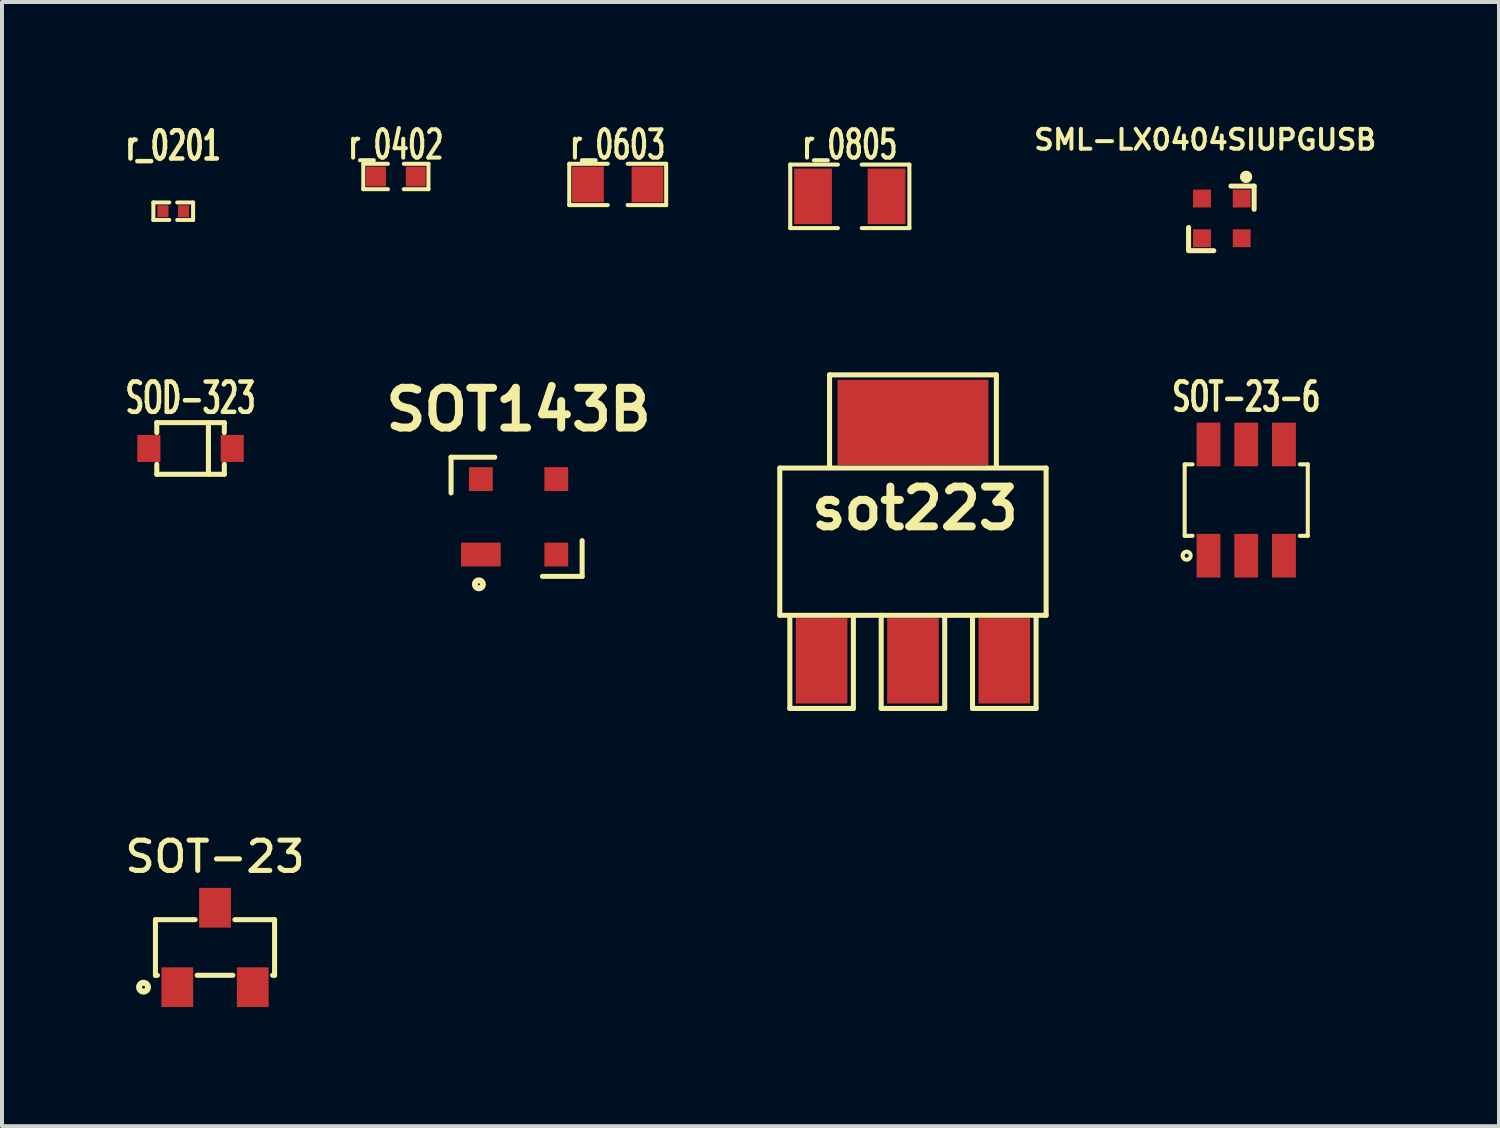
<source format=kicad_pcb>
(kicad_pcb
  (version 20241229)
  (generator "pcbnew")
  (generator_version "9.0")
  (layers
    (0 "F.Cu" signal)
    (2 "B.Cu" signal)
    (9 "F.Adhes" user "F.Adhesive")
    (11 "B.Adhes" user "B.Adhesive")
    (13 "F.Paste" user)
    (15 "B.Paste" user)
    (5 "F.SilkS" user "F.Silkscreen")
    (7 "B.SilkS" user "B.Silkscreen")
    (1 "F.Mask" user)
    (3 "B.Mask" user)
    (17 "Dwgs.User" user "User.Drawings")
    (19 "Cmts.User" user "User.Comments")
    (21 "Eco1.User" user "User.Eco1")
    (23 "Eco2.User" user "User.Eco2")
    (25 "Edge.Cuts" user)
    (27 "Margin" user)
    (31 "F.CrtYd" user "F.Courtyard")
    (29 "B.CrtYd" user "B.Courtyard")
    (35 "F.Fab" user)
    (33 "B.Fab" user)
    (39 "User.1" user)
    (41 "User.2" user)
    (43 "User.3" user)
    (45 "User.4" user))
  (footprint "SOT-23"
    (placed yes)
    (layer "F.Cu")
    (at 2.364 20.807)
    (property "Reference" "SOT-23" (at 0 -2.286 0) (layer "F.SilkS") (effects (font (size 0.762 0.762) (thickness 0.127))))
    (attr through_hole)
    (fp_line (start -1.5 -0.7) (end -0.5 -0.7) (stroke (width 0.127) (type solid)) (layer "F.SilkS"))
    (fp_line (start -1.5 0.7) (end -1.5 -0.7) (stroke (width 0.127) (type solid)) (layer "F.SilkS"))
    (fp_line (start -1.5 0.7) (end -1.45 0.7) (stroke (width 0.127) (type solid)) (layer "F.SilkS"))
    (fp_line (start -0.45 0.7) (end 0.45 0.7) (stroke (width 0.127) (type solid)) (layer "F.SilkS"))
    (fp_line (start 0.5 -0.7) (end 1.5 -0.7) (stroke (width 0.127) (type solid)) (layer "F.SilkS"))
    (fp_line (start 1.5 -0.7) (end 1.5 0.7) (stroke (width 0.127) (type solid)) (layer "F.SilkS"))
    (fp_line (start 1.5 0.7) (end 1.45 0.7) (stroke (width 0.127) (type solid)) (layer "F.SilkS"))
    (fp_circle (center -1.8 1) (end -1.75 1.1) (stroke (width 0.15) (type solid)) (fill no) (layer "F.SilkS"))
    (pad "1" smd rect (at -0.95 1) (size 0.8 1) (layers "F.Cu" "F.Mask" "F.Paste"))
    (pad "2" smd rect (at 0.95 1) (size 0.8 1) (layers "F.Cu" "F.Mask" "F.Paste"))
    (pad "3" smd rect (at 0 -1) (size 0.8 1) (layers "F.Cu" "F.Mask" "F.Paste")))
  (footprint "r_0805"
    (layer "F.Cu")
    (at 18.348 1.894)
    (property "Reference" "r_0805" (at 0 -1.3 0) (layer "F.SilkS") (effects (font (size 0.711 0.457) (thickness 0.102))))
    (attr through_hole)
    (fp_line (start -1.5 -0.8) (end -1.5 0.8) (stroke (width 0.102) (type solid)) (layer "F.SilkS"))
    (fp_line (start -0.3 -0.8) (end -1.5 -0.8) (stroke (width 0.102) (type solid)) (layer "F.SilkS"))
    (fp_line (start -0.3 0.8) (end -1.5 0.8) (stroke (width 0.102) (type solid)) (layer "F.SilkS"))
    (fp_line (start 0.3 0.8) (end 1.5 0.8) (stroke (width 0.102) (type solid)) (layer "F.SilkS"))
    (fp_line (start 1.5 -0.8) (end 0.3 -0.8) (stroke (width 0.102) (type solid)) (layer "F.SilkS"))
    (fp_line (start 1.5 0.8) (end 1.5 -0.8) (stroke (width 0.102) (type solid)) (layer "F.SilkS"))
    (pad "1" smd rect (at -0.925 0) (size 0.95 1.4) (layers "F.Cu" "F.Mask" "F.Paste"))
    (pad "2" smd rect (at 0.925 0) (size 0.95 1.4) (layers "F.Cu" "F.Mask" "F.Paste")))
  (footprint "SOD-323"
    (layer "F.Cu")
    (at 1.748 8.242)
    (property "Reference" "SOD-323" (at 0 -1.27 0) (layer "F.SilkS") (effects (font (size 0.762 0.457) (thickness 0.114))))
    (attr through_hole)
    (fp_line (start -0.85 -0.65) (end -0.85 -0.4) (stroke (width 0.127) (type solid)) (layer "F.SilkS"))
    (fp_line (start -0.85 -0.65) (end 0.85 -0.65) (stroke (width 0.127) (type solid)) (layer "F.SilkS"))
    (fp_line (start -0.85 0.65) (end -0.85 0.4) (stroke (width 0.127) (type solid)) (layer "F.SilkS"))
    (fp_line (start 0.45 -0.65) (end 0.45 0.65) (stroke (width 0.127) (type solid)) (layer "F.SilkS"))
    (fp_line (start 0.85 -0.65) (end 0.85 -0.4) (stroke (width 0.127) (type solid)) (layer "F.SilkS"))
    (fp_line (start 0.85 0.65) (end -0.85 0.65) (stroke (width 0.127) (type solid)) (layer "F.SilkS"))
    (fp_line (start 0.85 0.65) (end 0.85 0.4) (stroke (width 0.127) (type solid)) (layer "F.SilkS"))
    (pad "1" smd rect (at -1.05 0) (size 0.58 0.68) (layers "F.Cu" "F.Mask" "F.Paste"))
    (pad "2" smd rect (at 1.05 0) (size 0.58 0.68) (layers "F.Cu" "F.Mask" "F.Paste")))
  (footprint "r_0402"
    (layer "F.Cu")
    (at 6.918 1.394)
    (property "Reference" "r_0402" (at 0 -0.8 0) (layer "F.SilkS") (effects (font (size 0.711 0.457) (thickness 0.102))))
    (attr through_hole)
    (fp_line (start -0.82 -0.32) (end -0.82 0.32) (stroke (width 0.102) (type solid)) (layer "F.SilkS"))
    (fp_line (start -0.82 0.32) (end -0.2 0.32) (stroke (width 0.102) (type solid)) (layer "F.SilkS"))
    (fp_line (start -0.2 -0.32) (end -0.82 -0.32) (stroke (width 0.102) (type solid)) (layer "F.SilkS"))
    (fp_line (start 0.2 -0.32) (end 0.82 -0.32) (stroke (width 0.102) (type solid)) (layer "F.SilkS"))
    (fp_line (start 0.82 -0.32) (end 0.82 0.32) (stroke (width 0.102) (type solid)) (layer "F.SilkS"))
    (fp_line (start 0.82 0.32) (end 0.2 0.32) (stroke (width 0.102) (type solid)) (layer "F.SilkS"))
    (pad "1" smd rect (at -0.5 0) (size 0.5 0.5) (layers "F.Cu" "F.Mask" "F.Paste"))
    (pad "2" smd rect (at 0.5 0) (size 0.5 0.5) (layers "F.Cu" "F.Mask" "F.Paste")))
  (footprint "sot223"
    (layer "F.Cu")
    (at 19.938 10.589)
    (property "Reference" "sot223" (at 0.051 -0.838 0) (layer "F.SilkS") (effects (font (size 1.001 1.001) (thickness 0.201))))
    (attr through_hole)
    (fp_line (start -3.353 -1.854) (end 3.353 -1.854) (stroke (width 0.127) (type solid)) (layer "F.SilkS"))
    (fp_line (start -3.353 1.854) (end -3.353 -1.854) (stroke (width 0.127) (type solid)) (layer "F.SilkS"))
    (fp_line (start -3.1 4.2) (end -3.1 1.909) (stroke (width 0.127) (type solid)) (layer "F.SilkS"))
    (fp_line (start -3.1 4.2) (end -1.5 4.2) (stroke (width 0.127) (type solid)) (layer "F.SilkS"))
    (fp_line (start -2.1 -4.2) (end -2.1 -1.909) (stroke (width 0.127) (type solid)) (layer "F.SilkS"))
    (fp_line (start -2.1 -4.2) (end 2.1 -4.2) (stroke (width 0.127) (type solid)) (layer "F.SilkS"))
    (fp_line (start -1.5 4.2) (end -1.5 1.909) (stroke (width 0.127) (type solid)) (layer "F.SilkS"))
    (fp_line (start -0.8 4.2) (end -0.8 1.854) (stroke (width 0.127) (type solid)) (layer "F.SilkS"))
    (fp_line (start -0.8 4.2) (end 0.8 4.2) (stroke (width 0.127) (type solid)) (layer "F.SilkS"))
    (fp_line (start 0.8 4.2) (end 0.8 1.9) (stroke (width 0.127) (type solid)) (layer "F.SilkS"))
    (fp_line (start 1.5 4.2) (end 1.5 1.9) (stroke (width 0.127) (type solid)) (layer "F.SilkS"))
    (fp_line (start 1.5 4.2) (end 3.1 4.2) (stroke (width 0.127) (type solid)) (layer "F.SilkS"))
    (fp_line (start 2.1 -4.2) (end 2.1 -1.9) (stroke (width 0.127) (type solid)) (layer "F.SilkS"))
    (fp_line (start 3.1 4.2) (end 3.1 1.909) (stroke (width 0.127) (type solid)) (layer "F.SilkS"))
    (fp_line (start 3.353 -1.854) (end 3.353 1.854) (stroke (width 0.127) (type solid)) (layer "F.SilkS"))
    (fp_line (start 3.353 1.854) (end -3.353 1.854) (stroke (width 0.127) (type solid)) (layer "F.SilkS"))
    (pad "1" smd rect (at -2.301 3) (size 1.3 2.15) (layers "F.Cu" "F.Mask" "F.Paste"))
    (pad "2" smd rect (at 0 3) (size 1.3 2.15) (layers "F.Cu" "F.Mask" "F.Paste"))
    (pad "3" smd rect (at 2.301 3) (size 1.3 2.15) (layers "F.Cu" "F.Mask" "F.Paste"))
    (pad "4" smd rect (at 0 -3) (size 3.8 2.15) (layers "F.Cu" "F.Mask" "F.Paste")))
  (footprint "r_0201"
    (layer "F.Cu")
    (at 1.312 2.268)
    (property "Reference" "r_0201" (at 0 -1.651 0) (layer "F.SilkS") (effects (font (size 0.711 0.457) (thickness 0.114))))
    (attr through_hole)
    (fp_line (start -0.5 -0.22) (end -0.5 0.22) (stroke (width 0.102) (type solid)) (layer "F.SilkS"))
    (fp_line (start -0.1 -0.22) (end -0.5 -0.22) (stroke (width 0.102) (type solid)) (layer "F.SilkS"))
    (fp_line (start -0.1 0.22) (end -0.5 0.22) (stroke (width 0.102) (type solid)) (layer "F.SilkS"))
    (fp_line (start 0.1 -0.22) (end 0.5 -0.22) (stroke (width 0.102) (type solid)) (layer "F.SilkS"))
    (fp_line (start 0.5 -0.22) (end 0.5 0.22) (stroke (width 0.102) (type solid)) (layer "F.SilkS"))
    (fp_line (start 0.5 0.22) (end 0.1 0.22) (stroke (width 0.102) (type solid)) (layer "F.SilkS"))
    (pad "1" smd rect (at -0.26 0) (size 0.28 0.3) (layers "F.Cu" "F.Mask" "F.Paste"))
    (pad "2" smd rect (at 0.26 0) (size 0.28 0.3) (layers "F.Cu" "F.Mask" "F.Paste")))
  (footprint "SML-LX0404SIUPGUSB"
    (layer "F.Cu")
    (at 27.716 2.449)
    (property "Reference" "SML-LX0404SIUPGUSB" (at -0.419 -1.981 0) (layer "F.SilkS") (effects (font (size 0.5 0.5) (thickness 0.1))))
    (attr through_hole)
    (fp_line (start -0.838 0.787) (end -0.838 0.229) (stroke (width 0.127) (type solid)) (layer "F.SilkS"))
    (fp_line (start -0.203 0.813) (end -0.838 0.813) (stroke (width 0.127) (type solid)) (layer "F.SilkS"))
    (fp_line (start 0.229 -0.813) (end 0.813 -0.813) (stroke (width 0.127) (type solid)) (layer "F.SilkS"))
    (fp_line (start 0.813 -0.813) (end 0.813 -0.229) (stroke (width 0.127) (type solid)) (layer "F.SilkS"))
    (fp_circle (center 0.61 -1.046) (end 0.686 -1.02) (stroke (width 0.15) (type solid)) (fill no) (layer "F.SilkS"))
    (pad "1" smd rect (at 0.5 -0.5) (size 0.45 0.45) (layers "F.Cu" "F.Mask" "F.Paste"))
    (pad "2" smd rect (at 0.5 0.5) (size 0.45 0.45) (layers "F.Cu" "F.Mask" "F.Paste"))
    (pad "3" smd rect (at -0.5 0.5) (size 0.45 0.45) (layers "F.Cu" "F.Mask" "F.Paste"))
    (pad "4" smd rect (at -0.5 -0.5) (size 0.45 0.45) (layers "F.Cu" "F.Mask" "F.Paste")))
  (footprint "r_0603"
    (layer "F.Cu")
    (at 12.504 1.594)
    (property "Reference" "r_0603" (at 0 -1 0) (layer "F.SilkS") (effects (font (size 0.711 0.457) (thickness 0.102))))
    (attr through_hole)
    (fp_line (start -1.22 -0.52) (end -1.22 0.52) (stroke (width 0.102) (type solid)) (layer "F.SilkS"))
    (fp_line (start -1.22 0.52) (end -0.25 0.52) (stroke (width 0.102) (type solid)) (layer "F.SilkS"))
    (fp_line (start -0.25 -0.52) (end -1.22 -0.52) (stroke (width 0.102) (type solid)) (layer "F.SilkS"))
    (fp_line (start 0.25 -0.52) (end 1.22 -0.52) (stroke (width 0.102) (type solid)) (layer "F.SilkS"))
    (fp_line (start 1.22 -0.52) (end 1.22 0.52) (stroke (width 0.102) (type solid)) (layer "F.SilkS"))
    (fp_line (start 1.22 0.52) (end 0.25 0.52) (stroke (width 0.102) (type solid)) (layer "F.SilkS"))
    (pad "1" smd rect (at -0.75 0) (size 0.8 0.9) (layers "F.Cu" "F.Mask" "F.Paste"))
    (pad "2" smd rect (at 0.75 0) (size 0.8 0.9) (layers "F.Cu" "F.Mask" "F.Paste")))
  (footprint "SOT143B"
    (layer "F.Cu")
    (at 10.008 9.963)
    (property "Reference" "SOT143B" (at 0 -2.7 0) (layer "F.SilkS") (effects (font (size 1.001 1.001) (thickness 0.201))))
    (attr through_hole)
    (fp_line (start -1.7 -1.5) (end -0.6 -1.5) (stroke (width 0.127) (type solid)) (layer "F.SilkS"))
    (fp_line (start -1.7 -0.6) (end -1.7 -1.5) (stroke (width 0.127) (type solid)) (layer "F.SilkS"))
    (fp_line (start 1.6 0.6) (end 1.6 1.5) (stroke (width 0.127) (type solid)) (layer "F.SilkS"))
    (fp_line (start 1.6 1.5) (end 0.6 1.5) (stroke (width 0.127) (type solid)) (layer "F.SilkS"))
    (fp_circle (center -1 1.7) (end -1 1.8) (stroke (width 0.15) (type solid)) (fill no) (layer "F.SilkS"))
    (pad "1" smd rect (at -0.95 0.95) (size 1 0.6) (layers "F.Cu" "F.Mask" "F.Paste"))
    (pad "2" smd rect (at 0.95 0.95) (size 0.6 0.6) (layers "F.Cu" "F.Mask" "F.Paste"))
    (pad "3" smd rect (at 0.95 -0.95) (size 0.6 0.6) (layers "F.Cu" "F.Mask" "F.Paste"))
    (pad "4" smd rect (at -0.95 -0.95) (size 0.6 0.6) (layers "F.Cu" "F.Mask" "F.Paste")))
  (footprint "SOT-23-6"
    (layer "F.Cu")
    (at 28.33 9.542)
    (property "Reference" "SOT-23-6" (at 0 -2.6 0) (layer "F.SilkS") (effects (font (size 0.711 0.457) (thickness 0.114))))
    (attr through_hole)
    (fp_line (start -1.55 0.9) (end -1.55 -0.9) (stroke (width 0.102) (type solid)) (layer "F.SilkS"))
    (fp_line (start -1.35 -0.9) (end -1.55 -0.9) (stroke (width 0.102) (type solid)) (layer "F.SilkS"))
    (fp_line (start -1.35 0.9) (end -1.55 0.9) (stroke (width 0.102) (type solid)) (layer "F.SilkS"))
    (fp_line (start 1.55 -0.9) (end 1.35 -0.9) (stroke (width 0.102) (type solid)) (layer "F.SilkS"))
    (fp_line (start 1.55 -0.9) (end 1.55 0.9) (stroke (width 0.102) (type solid)) (layer "F.SilkS"))
    (fp_line (start 1.55 0.9) (end 1.35 0.9) (stroke (width 0.102) (type solid)) (layer "F.SilkS"))
    (fp_circle (center -1.5 1.4) (end -1.5 1.45) (stroke (width 0.102) (type solid)) (fill no) (layer "F.SilkS"))
    (pad "1" smd rect (at -0.95 1.4) (size 0.6 1.1) (layers "F.Cu" "F.Mask" "F.Paste"))
    (pad "2" smd rect (at 0 1.4) (size 0.6 1.1) (layers "F.Cu" "F.Mask" "F.Paste"))
    (pad "3" smd rect (at 0.95 1.4) (size 0.6 1.1) (layers "F.Cu" "F.Mask" "F.Paste"))
    (pad "4" smd rect (at 0.95 -1.4) (size 0.6 1.1) (layers "F.Cu" "F.Mask" "F.Paste"))
    (pad "5" smd rect (at 0 -1.4) (size 0.6 1.1) (layers "F.Cu" "F.Mask" "F.Paste"))
    (pad "6" smd rect (at -0.95 -1.4) (size 0.6 1.1) (layers "F.Cu" "F.Mask" "F.Paste")))
  (gr_rect
    (start -3 -3)
    (end 34.694 25.307)
    (stroke (width 0.1) (type default))
    (fill no)
    (layer "Edge.Cuts")))
</source>
